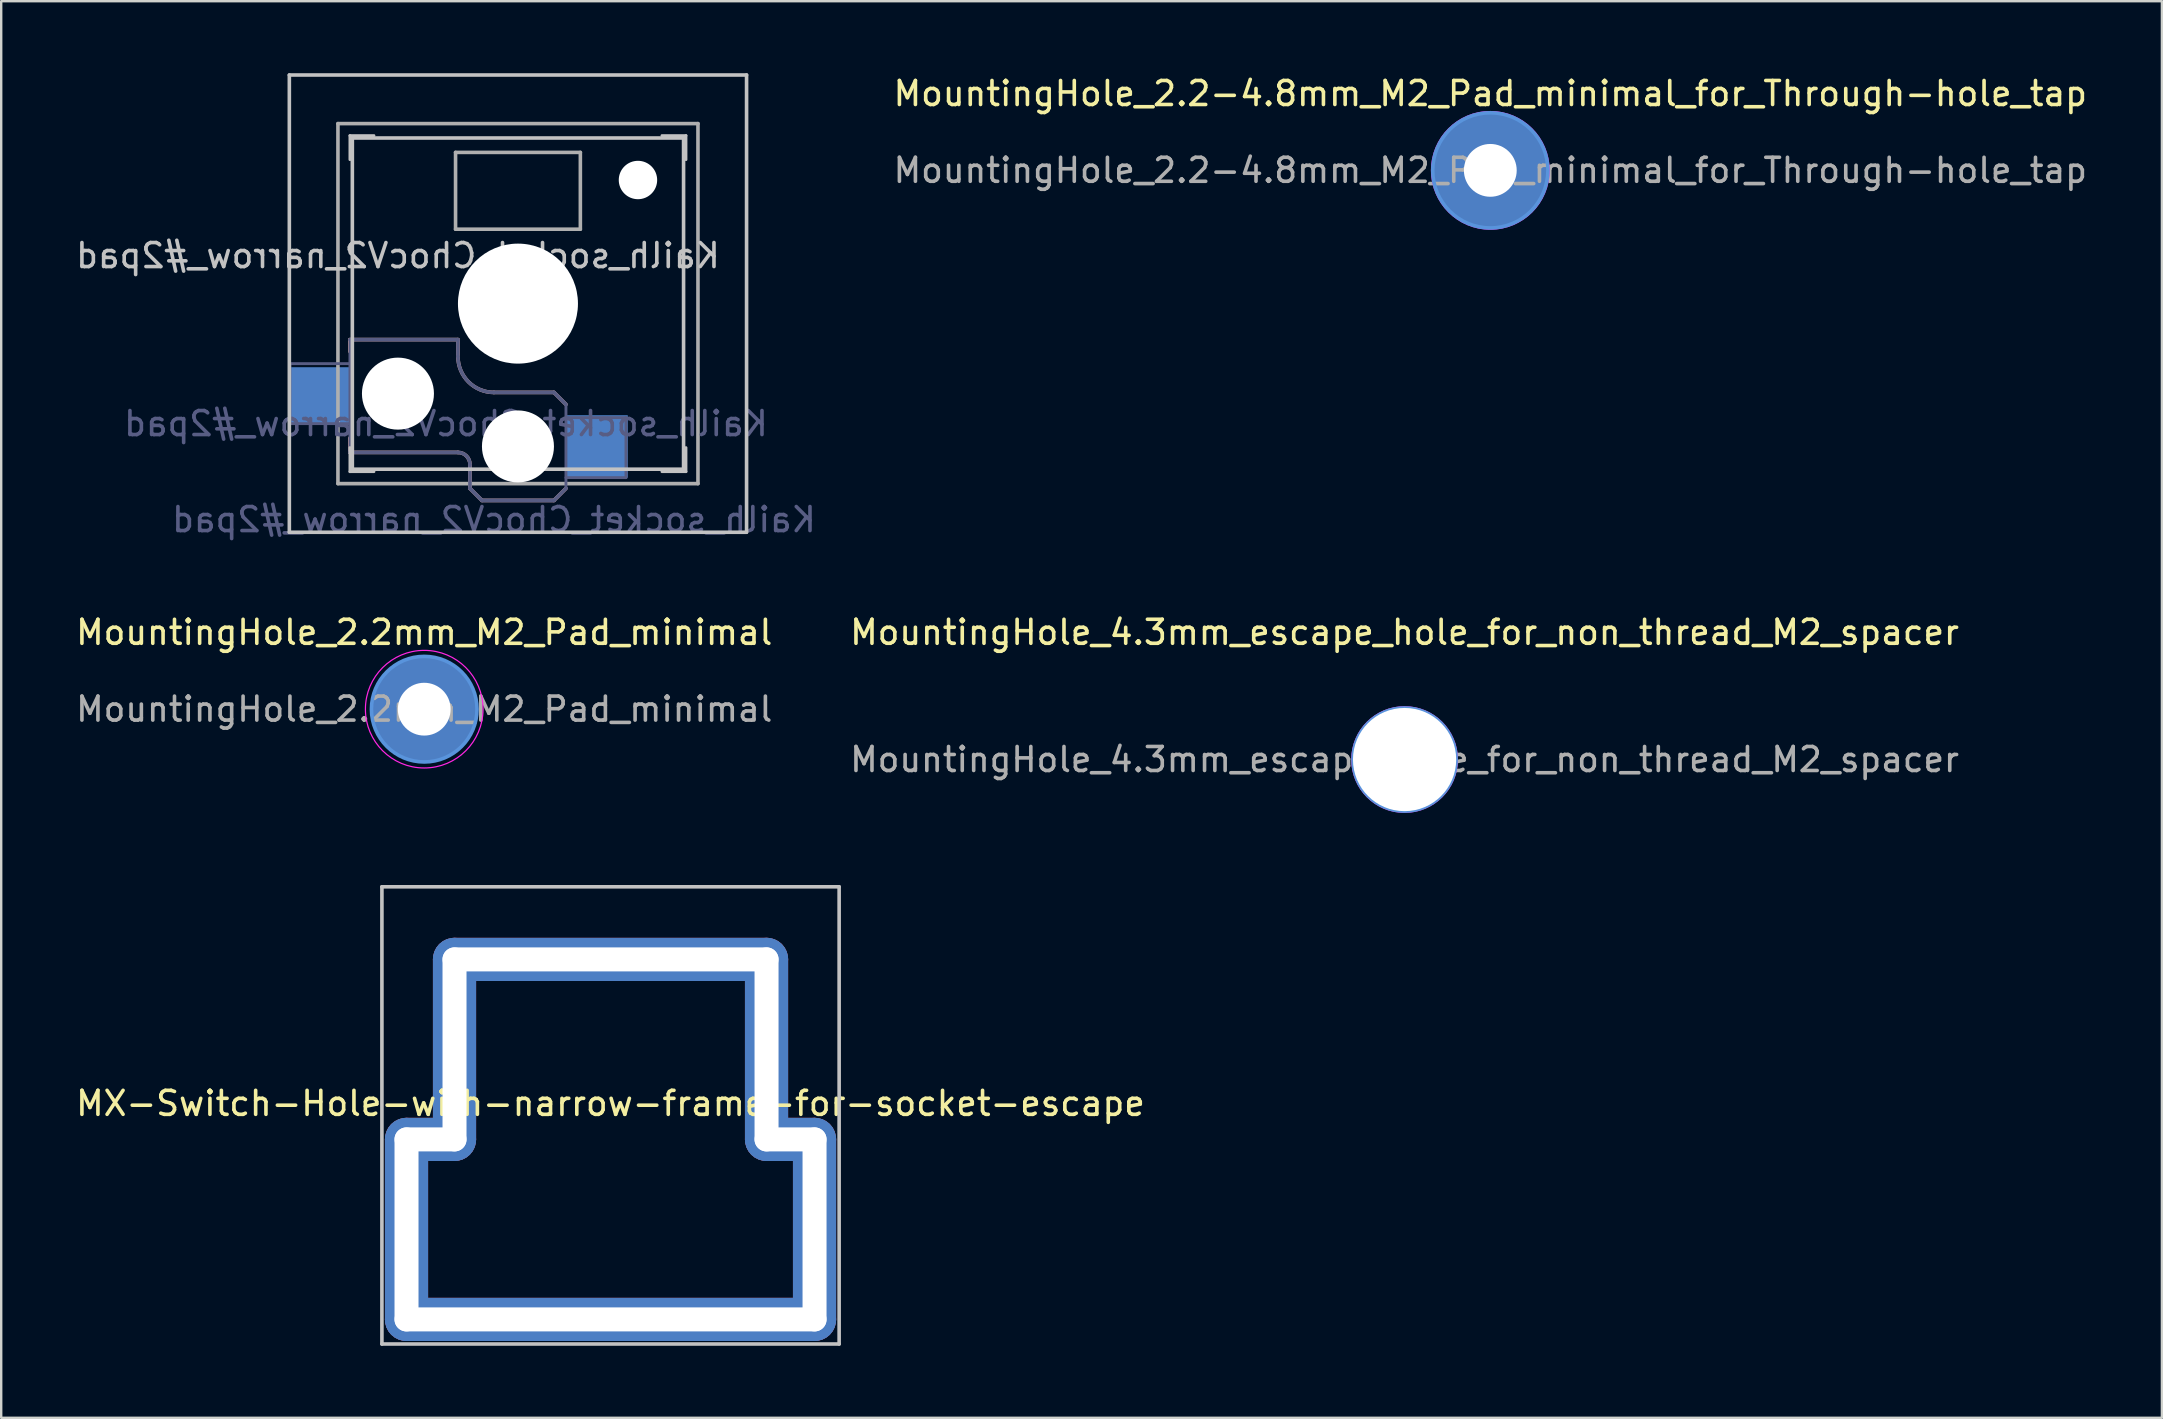
<source format=kicad_pcb>
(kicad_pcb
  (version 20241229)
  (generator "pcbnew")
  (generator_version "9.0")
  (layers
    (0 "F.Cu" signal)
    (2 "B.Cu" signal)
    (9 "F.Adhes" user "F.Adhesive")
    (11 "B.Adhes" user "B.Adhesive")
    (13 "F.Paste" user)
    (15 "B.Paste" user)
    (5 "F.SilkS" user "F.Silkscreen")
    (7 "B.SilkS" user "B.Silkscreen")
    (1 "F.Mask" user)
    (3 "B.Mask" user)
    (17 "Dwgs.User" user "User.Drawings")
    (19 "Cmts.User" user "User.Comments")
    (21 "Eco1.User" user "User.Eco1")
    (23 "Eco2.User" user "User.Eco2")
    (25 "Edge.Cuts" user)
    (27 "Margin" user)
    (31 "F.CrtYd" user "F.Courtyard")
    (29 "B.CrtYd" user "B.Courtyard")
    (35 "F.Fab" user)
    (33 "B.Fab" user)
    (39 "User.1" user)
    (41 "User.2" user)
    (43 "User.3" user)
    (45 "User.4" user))
  (footprint "MountingHole_2.2mm_M2_Pad_minimal"
    (layer "F.Cu")
    (at 14.625 26.497)
    (property "Reference" "MountingHole_2.2mm_M2_Pad_minimal" (at 0 -3.2 0) (layer "F.SilkS") (effects (font (size 1 1) (thickness 0.15))))
    (attr exclude_from_pos_files)
    (fp_circle (center 0 0) (end 2.2 0) (stroke (width 0.15) (type solid)) (fill no) (layer "Cmts.User"))
    (fp_circle (center 0 0) (end 2.45 0) (stroke (width 0.05) (type solid)) (fill no) (layer "F.CrtYd"))
    (fp_text user "${REFERENCE}" (at 0 0 0) (layer "F.Fab") (effects (font (size 1 1) (thickness 0.15))))
    (pad "1" thru_hole circle (at 0 0) (size 4.4 4.4) (drill 2.2) (layers "*.Cu" "*.Mask")))
  (footprint "MountingHole_4.3mm_escape_hole_for_non_thread_M2_spacer"
    (layer "F.Cu")
    (at 55.47 28.596)
    (property "Reference" "MountingHole_4.3mm_escape_hole_for_non_thread_M2_spacer" (at 0 -5.3 0) (layer "F.SilkS") (effects (font (size 1 1) (thickness 0.15))))
    (attr exclude_from_pos_files exclude_from_bom)
    (fp_circle (center 0 0) (end 2.15 0) (stroke (width 0.15) (type solid)) (fill no) (layer "Cmts.User"))
    (fp_circle (center 0 0) (end 2.2 0) (stroke (width 0.05) (type solid)) (fill no) (layer "F.CrtYd"))
    (fp_text user "${REFERENCE}" (at 0 0 0) (layer "F.Fab") (effects (font (size 1 1) (thickness 0.15))))
    (pad "" np_thru_hole circle (at 0 0) (size 4.3 4.3) (drill 4.3) (layers "*.Cu" "*.Mask")))
  (footprint "MountingHole_2.2-4.8mm_M2_Pad_minimal_for_Through-hole_tap"
    (layer "F.Cu")
    (at 59.042 4.048)
    (property "Reference" "MountingHole_2.2-4.8mm_M2_Pad_minimal_for_Through-hole_tap" (at 0 -3.2 0) (layer "F.SilkS") (effects (font (size 1 1) (thickness 0.15))))
    (attr exclude_from_pos_files)
    (fp_circle (center 0 0) (end 2.4 0) (stroke (width 0.15) (type solid)) (fill no) (layer "Cmts.User"))
    (fp_circle (center 0 0) (end 2.45 0) (stroke (width 0.05) (type solid)) (fill no) (layer "F.CrtYd"))
    (fp_text user "${REFERENCE}" (at 0 0 0) (layer "F.Fab") (effects (font (size 1 1) (thickness 0.15))))
    (pad "1" thru_hole circle (at 0 0) (size 4.8 4.8) (drill 2.2) (layers "*.Cu" "*.Mask")))
  (footprint "Kailh_socket_ChocV2_narrow_#2pad"
    (layer "F.Cu")
    (at 18.53 9.6)
    (property "Reference" "Kailh_socket_ChocV2_narrow_#2pad" (at -5 -2 0) (layer "Dwgs.User") (effects (font (size 1 1) (thickness 0.15)) (justify mirror)))
    (property "Value" "Kailh_socket_ChocV2_narrow_#2pad" (at 0 8.255 0) (layer "F.Fab") (hide yes) (effects (font (size 1 1) (thickness 0.15))))
    (attr smd)
    (fp_line (start -7 1.5) (end -7 2) (stroke (width 0.15) (type solid)) (layer "B.SilkS"))
    (fp_line (start -7 5.6) (end -7 6.2) (stroke (width 0.15) (type solid)) (layer "B.SilkS"))
    (fp_line (start -7 6.2) (end -2.5 6.2) (stroke (width 0.15) (type solid)) (layer "B.SilkS"))
    (fp_line (start -2.5 1.5) (end -7 1.5) (stroke (width 0.15) (type solid)) (layer "B.SilkS"))
    (fp_line (start -2.5 2.2) (end -2.5 1.5) (stroke (width 0.15) (type solid)) (layer "B.SilkS"))
    (fp_line (start -2 6.7) (end -2 7.7) (stroke (width 0.15) (type solid)) (layer "B.SilkS"))
    (fp_line (start -1.5 8.2) (end -2 7.7) (stroke (width 0.15) (type solid)) (layer "B.SilkS"))
    (fp_line (start 1.5 3.7) (end -1 3.7) (stroke (width 0.15) (type solid)) (layer "B.SilkS"))
    (fp_line (start 1.5 8.2) (end -1.5 8.2) (stroke (width 0.15) (type solid)) (layer "B.SilkS"))
    (fp_line (start 2 4.2) (end 1.5 3.7) (stroke (width 0.15) (type solid)) (layer "B.SilkS"))
    (fp_line (start 2 7.7) (end 1.5 8.2) (stroke (width 0.15) (type solid)) (layer "B.SilkS"))
    (fp_arc (start -2.5 6.2) (mid -2.146447 6.346447) (end -2 6.7) (stroke (width 0.15) (type solid)) (layer "B.SilkS"))
    (fp_arc (start -1 3.7) (mid -2.06066 3.26066) (end -2.5 2.2) (stroke (width 0.15) (type solid)) (layer "B.SilkS"))
    (fp_line (start -9.525 -9.525) (end 9.525 -9.525) (stroke (width 0.15) (type solid)) (layer "Dwgs.User"))
    (fp_line (start -9.525 9.525) (end -9.525 -9.525) (stroke (width 0.15) (type solid)) (layer "Dwgs.User"))
    (fp_line (start -7 -7) (end -7 -6) (stroke (width 0.12) (type solid)) (layer "Dwgs.User"))
    (fp_line (start -7 -7) (end -6 -7) (stroke (width 0.12) (type solid)) (layer "Dwgs.User"))
    (fp_line (start -7 7) (end -7 6) (stroke (width 0.12) (type solid)) (layer "Dwgs.User"))
    (fp_line (start -7 7) (end -6 7) (stroke (width 0.12) (type solid)) (layer "Dwgs.User"))
    (fp_line (start -6.9 6.9) (end -6.9 -6.9) (stroke (width 0.15) (type solid)) (layer "Dwgs.User"))
    (fp_line (start -6.9 6.9) (end 6.9 6.9) (stroke (width 0.15) (type solid)) (layer "Dwgs.User"))
    (fp_line (start 6.9 -6.9) (end -6.9 -6.9) (stroke (width 0.15) (type solid)) (layer "Dwgs.User"))
    (fp_line (start 6.9 -6.9) (end 6.9 6.9) (stroke (width 0.15) (type solid)) (layer "Dwgs.User"))
    (fp_line (start 7 -7) (end 6 -7) (stroke (width 0.12) (type solid)) (layer "Dwgs.User"))
    (fp_line (start 7 -7) (end 7 -6) (stroke (width 0.12) (type solid)) (layer "Dwgs.User"))
    (fp_line (start 7 7) (end 6 7) (stroke (width 0.12) (type solid)) (layer "Dwgs.User"))
    (fp_line (start 7 7) (end 7 6) (stroke (width 0.12) (type solid)) (layer "Dwgs.User"))
    (fp_line (start 9.525 -9.525) (end 9.525 9.525) (stroke (width 0.15) (type solid)) (layer "Dwgs.User"))
    (fp_line (start 9.525 9.525) (end -9.525 9.525) (stroke (width 0.15) (type solid)) (layer "Dwgs.User"))
    (fp_line (start -9.5 2.5) (end -7 2.5) (stroke (width 0.12) (type solid)) (layer "B.Fab"))
    (fp_line (start -9.5 5) (end -9.5 2.5) (stroke (width 0.12) (type solid)) (layer "B.Fab"))
    (fp_line (start -7 1.5) (end -7 6.2) (stroke (width 0.12) (type solid)) (layer "B.Fab"))
    (fp_line (start -7 5) (end -9.5 5) (stroke (width 0.12) (type solid)) (layer "B.Fab"))
    (fp_line (start -7 6.2) (end -2.5 6.2) (stroke (width 0.15) (type solid)) (layer "B.Fab"))
    (fp_line (start -2.5 1.5) (end -7 1.5) (stroke (width 0.15) (type solid)) (layer "B.Fab"))
    (fp_line (start -2.5 2.2) (end -2.5 1.5) (stroke (width 0.15) (type solid)) (layer "B.Fab"))
    (fp_line (start -2 6.7) (end -2 7.7) (stroke (width 0.15) (type solid)) (layer "B.Fab"))
    (fp_line (start -1.5 8.2) (end -2 7.7) (stroke (width 0.15) (type solid)) (layer "B.Fab"))
    (fp_line (start 1.5 3.7) (end -1 3.7) (stroke (width 0.15) (type solid)) (layer "B.Fab"))
    (fp_line (start 1.5 8.2) (end -1.5 8.2) (stroke (width 0.15) (type solid)) (layer "B.Fab"))
    (fp_line (start 2 4.2) (end 1.5 3.7) (stroke (width 0.15) (type solid)) (layer "B.Fab"))
    (fp_line (start 2 4.25) (end 2 7.7) (stroke (width 0.12) (type solid)) (layer "B.Fab"))
    (fp_line (start 2 4.75) (end 4.5 4.75) (stroke (width 0.12) (type solid)) (layer "B.Fab"))
    (fp_line (start 2 7.7) (end 1.5 8.2) (stroke (width 0.15) (type solid)) (layer "B.Fab"))
    (fp_line (start 4.5 4.75) (end 4.5 7.25) (stroke (width 0.12) (type solid)) (layer "B.Fab"))
    (fp_line (start 4.5 7.25) (end 2 7.25) (stroke (width 0.12) (type solid)) (layer "B.Fab"))
    (fp_arc (start -2.5 6.2) (mid -2.146447 6.346447) (end -2 6.7) (stroke (width 0.15) (type solid)) (layer "B.Fab"))
    (fp_arc (start -1 3.7) (mid -2.06066 3.26066) (end -2.5 2.2) (stroke (width 0.15) (type solid)) (layer "B.Fab"))
    (fp_line (start -7.5 -7.5) (end 7.5 -7.5) (stroke (width 0.15) (type solid)) (layer "F.Fab"))
    (fp_line (start -7.5 7.5) (end -7.5 -7.5) (stroke (width 0.15) (type solid)) (layer "F.Fab"))
    (fp_line (start -2.6 -3.1) (end -2.6 -6.3) (stroke (width 0.15) (type solid)) (layer "F.Fab"))
    (fp_line (start -2.6 -3.1) (end 2.6 -3.1) (stroke (width 0.15) (type solid)) (layer "F.Fab"))
    (fp_line (start 2.6 -6.3) (end -2.6 -6.3) (stroke (width 0.15) (type solid)) (layer "F.Fab"))
    (fp_line (start 2.6 -3.1) (end 2.6 -6.3) (stroke (width 0.15) (type solid)) (layer "F.Fab"))
    (fp_line (start 7.5 -7.5) (end 7.5 7.5) (stroke (width 0.15) (type solid)) (layer "F.Fab"))
    (fp_line (start 7.5 7.5) (end -7.5 7.5) (stroke (width 0.15) (type solid)) (layer "F.Fab"))
    (fp_text user "${REFERENCE}" (at -3 5 0) (layer "B.Fab") (effects (font (size 1 1) (thickness 0.15)) (justify mirror)))
    (fp_text user "${VALUE}" (at -1 9 0) (layer "B.Fab") (effects (font (size 1 1) (thickness 0.15)) (justify mirror)))
    (pad "" np_thru_hole circle (at -5 3.75) (size 3 3) (drill 3) (layers "*.Cu" "*.Mask"))
    (pad "" np_thru_hole circle (at 0 0) (size 5 5) (drill 5) (layers "*.Cu" "*.Mask"))
    (pad "" np_thru_hole circle (at 0 5.95) (size 3 3) (drill 3) (layers "*.Cu" "*.Mask"))
    (pad "" np_thru_hole circle (at 5 -5.15) (size 1.6 1.6) (drill 1.6) (layers "*.Cu" "*.Mask"))
    (pad "1" smd rect (at 3.275 5.95) (size 2.6 2.6) (layers "B.Cu" "B.Mask" "B.Paste"))
    (pad "2" smd rect (at -8.275 3.85) (size 2.6 2.4) (layers "B.Cu" "B.Mask" "B.Paste")))
  (footprint "MX-Switch-Hole-with-narrow-frame-for-socket-escape"
    (layer "F.Cu")
    (at 22.387 43.422)
    (property "Reference" "MX-Switch-Hole-with-narrow-frame-for-socket-escape" (at 0 -0.5 0) (unlocked yes) (layer "F.SilkS") (effects (font (size 1 1) (thickness 0.15))))
    (attr through_hole exclude_from_bom)
    (fp_line (start -9.525 -9.525) (end 9.525 -9.525) (stroke (width 0.15) (type solid)) (layer "Dwgs.User"))
    (fp_line (start -9.525 9.525) (end -9.525 -9.525) (stroke (width 0.15) (type solid)) (layer "Dwgs.User"))
    (fp_line (start 9.525 -9.525) (end 9.525 9.525) (stroke (width 0.15) (type solid)) (layer "Dwgs.User"))
    (fp_line (start 9.525 9.525) (end -9.525 9.525) (stroke (width 0.15) (type solid)) (layer "Dwgs.User"))
    (pad "" np_thru_hole roundrect (at -8.5 4.75 90) (size 9.3 1.8) (drill oval 8.5 1) (layers "*.Cu" "*.Mask") (roundrect_rratio 0.5))
    (pad "" np_thru_hole roundrect (at -7.5 1) (size 3.8 1.8) (drill oval 3 1) (layers "*.Cu" "*.Mask") (roundrect_rratio 0.5))
    (pad "" np_thru_hole roundrect (at -6.5 -2.75 90) (size 9.3 1.8) (drill oval 8.5 1) (layers "*.Cu" "*.Mask") (roundrect_rratio 0.5))
    (pad "" np_thru_hole roundrect (at 0 -6.5) (size 14.8 1.8) (drill oval 14 1) (layers "*.Cu" "*.Mask") (roundrect_rratio 0.5))
    (pad "" np_thru_hole roundrect (at 0 8.5) (size 18.8 1.8) (drill oval 18 1) (layers "*.Cu" "*.Mask") (roundrect_rratio 0.5))
    (pad "" np_thru_hole roundrect (at 6.5 -2.75 90) (size 9.3 1.8) (drill oval 8.5 1) (layers "*.Cu" "*.Mask") (roundrect_rratio 0.5))
    (pad "" np_thru_hole roundrect (at 7.5 1) (size 3.8 1.8) (drill oval 3 1) (layers "*.Cu" "*.Mask") (roundrect_rratio 0.5))
    (pad "" np_thru_hole roundrect (at 8.5 4.75 90) (size 9.3 1.8) (drill oval 8.5 1) (layers "*.Cu" "*.Mask") (roundrect_rratio 0.5)))
  (gr_rect
    (start -3 -3)
    (end 87.024 56.022)
    (stroke (width 0.1) (type default))
    (fill no)
    (layer "Edge.Cuts")))
</source>
